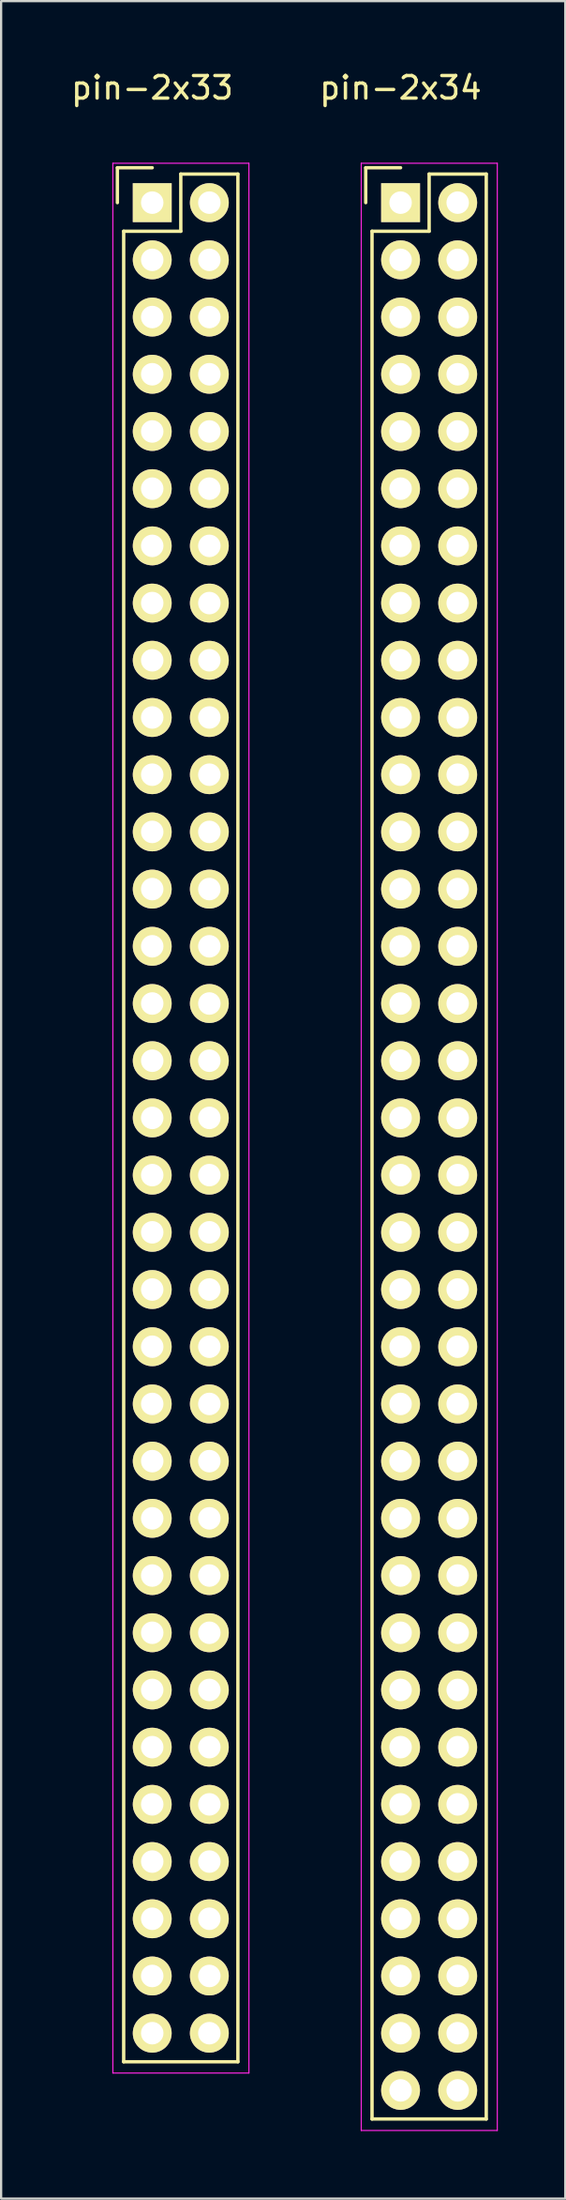
<source format=kicad_pcb>
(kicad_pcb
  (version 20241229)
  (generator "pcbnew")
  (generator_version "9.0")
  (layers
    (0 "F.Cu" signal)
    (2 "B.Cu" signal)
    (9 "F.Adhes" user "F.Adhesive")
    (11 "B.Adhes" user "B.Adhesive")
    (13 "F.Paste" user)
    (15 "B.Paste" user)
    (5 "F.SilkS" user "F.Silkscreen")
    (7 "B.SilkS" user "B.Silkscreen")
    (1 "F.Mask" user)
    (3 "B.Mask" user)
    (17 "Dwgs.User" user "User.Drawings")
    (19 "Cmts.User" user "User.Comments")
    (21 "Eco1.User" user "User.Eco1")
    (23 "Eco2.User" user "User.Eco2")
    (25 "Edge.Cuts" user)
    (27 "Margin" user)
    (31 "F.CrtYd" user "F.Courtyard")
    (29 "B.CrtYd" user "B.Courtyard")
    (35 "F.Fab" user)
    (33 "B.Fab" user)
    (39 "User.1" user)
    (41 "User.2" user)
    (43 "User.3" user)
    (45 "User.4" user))
  (footprint "pin-2x34"
    (layer "F.Cu")
    (at 14.765 5.948)
    (property "Reference" "pin-2x34" (at 0 -5.1 0) (layer "F.SilkS") (effects (font (size 1 1) (thickness 0.15))))
    (attr through_hole)
    (fp_line (start -1.55 -1.55) (end -1.55 0) (stroke (width 0.15) (type solid)) (layer "F.SilkS"))
    (fp_line (start -1.27 1.27) (end -1.27 85.09) (stroke (width 0.15) (type solid)) (layer "F.SilkS"))
    (fp_line (start 0 -1.55) (end -1.55 -1.55) (stroke (width 0.15) (type solid)) (layer "F.SilkS"))
    (fp_line (start 1.27 -1.27) (end 1.27 1.27) (stroke (width 0.15) (type solid)) (layer "F.SilkS"))
    (fp_line (start 1.27 1.27) (end -1.27 1.27) (stroke (width 0.15) (type solid)) (layer "F.SilkS"))
    (fp_line (start 3.81 -1.27) (end 1.27 -1.27) (stroke (width 0.15) (type solid)) (layer "F.SilkS"))
    (fp_line (start 3.81 85.09) (end -1.27 85.09) (stroke (width 0.15) (type solid)) (layer "F.SilkS"))
    (fp_line (start 3.81 85.09) (end 3.81 -1.27) (stroke (width 0.15) (type solid)) (layer "F.SilkS"))
    (fp_line (start -1.75 -1.75) (end -1.75 85.6) (stroke (width 0.05) (type solid)) (layer "F.CrtYd"))
    (fp_line (start -1.75 -1.75) (end 4.3 -1.75) (stroke (width 0.05) (type solid)) (layer "F.CrtYd"))
    (fp_line (start -1.75 85.6) (end 4.3 85.6) (stroke (width 0.05) (type solid)) (layer "F.CrtYd"))
    (fp_line (start 4.3 -1.75) (end 4.3 85.6) (stroke (width 0.05) (type solid)) (layer "F.CrtYd"))
    (pad "1" thru_hole rect (at 0 0) (size 1.727 1.727) (drill 1) (layers "*.Cu" "*.Mask" "F.SilkS"))
    (pad "2" thru_hole oval (at 2.54 0) (size 1.727 1.727) (drill 1) (layers "*.Cu" "*.Mask" "F.SilkS"))
    (pad "3" thru_hole oval (at 0 2.54) (size 1.727 1.727) (drill 1) (layers "*.Cu" "*.Mask" "F.SilkS"))
    (pad "4" thru_hole oval (at 2.54 2.54) (size 1.727 1.727) (drill 1) (layers "*.Cu" "*.Mask" "F.SilkS"))
    (pad "5" thru_hole oval (at 0 5.08) (size 1.727 1.727) (drill 1) (layers "*.Cu" "*.Mask" "F.SilkS"))
    (pad "6" thru_hole oval (at 2.54 5.08) (size 1.727 1.727) (drill 1) (layers "*.Cu" "*.Mask" "F.SilkS"))
    (pad "7" thru_hole oval (at 0 7.62) (size 1.727 1.727) (drill 1) (layers "*.Cu" "*.Mask" "F.SilkS"))
    (pad "8" thru_hole oval (at 2.54 7.62) (size 1.727 1.727) (drill 1) (layers "*.Cu" "*.Mask" "F.SilkS"))
    (pad "9" thru_hole oval (at 0 10.16) (size 1.727 1.727) (drill 1) (layers "*.Cu" "*.Mask" "F.SilkS"))
    (pad "10" thru_hole oval (at 2.54 10.16) (size 1.727 1.727) (drill 1) (layers "*.Cu" "*.Mask" "F.SilkS"))
    (pad "11" thru_hole oval (at 0 12.7) (size 1.727 1.727) (drill 1) (layers "*.Cu" "*.Mask" "F.SilkS"))
    (pad "12" thru_hole oval (at 2.54 12.7) (size 1.727 1.727) (drill 1) (layers "*.Cu" "*.Mask" "F.SilkS"))
    (pad "13" thru_hole oval (at 0 15.24) (size 1.727 1.727) (drill 1) (layers "*.Cu" "*.Mask" "F.SilkS"))
    (pad "14" thru_hole oval (at 2.54 15.24) (size 1.727 1.727) (drill 1) (layers "*.Cu" "*.Mask" "F.SilkS"))
    (pad "15" thru_hole oval (at 0 17.78) (size 1.727 1.727) (drill 1) (layers "*.Cu" "*.Mask" "F.SilkS"))
    (pad "16" thru_hole oval (at 2.54 17.78) (size 1.727 1.727) (drill 1) (layers "*.Cu" "*.Mask" "F.SilkS"))
    (pad "17" thru_hole oval (at 0 20.32) (size 1.727 1.727) (drill 1) (layers "*.Cu" "*.Mask" "F.SilkS"))
    (pad "18" thru_hole oval (at 2.54 20.32) (size 1.727 1.727) (drill 1) (layers "*.Cu" "*.Mask" "F.SilkS"))
    (pad "19" thru_hole oval (at 0 22.86) (size 1.727 1.727) (drill 1) (layers "*.Cu" "*.Mask" "F.SilkS"))
    (pad "20" thru_hole oval (at 2.54 22.86) (size 1.727 1.727) (drill 1) (layers "*.Cu" "*.Mask" "F.SilkS"))
    (pad "21" thru_hole oval (at 0 25.4) (size 1.727 1.727) (drill 1) (layers "*.Cu" "*.Mask" "F.SilkS"))
    (pad "22" thru_hole oval (at 2.54 25.4) (size 1.727 1.727) (drill 1) (layers "*.Cu" "*.Mask" "F.SilkS"))
    (pad "23" thru_hole oval (at 0 27.94) (size 1.727 1.727) (drill 1) (layers "*.Cu" "*.Mask" "F.SilkS"))
    (pad "24" thru_hole oval (at 2.54 27.94) (size 1.727 1.727) (drill 1) (layers "*.Cu" "*.Mask" "F.SilkS"))
    (pad "25" thru_hole oval (at 0 30.48) (size 1.727 1.727) (drill 1) (layers "*.Cu" "*.Mask" "F.SilkS"))
    (pad "26" thru_hole oval (at 2.54 30.48) (size 1.727 1.727) (drill 1) (layers "*.Cu" "*.Mask" "F.SilkS"))
    (pad "27" thru_hole oval (at 0 33.02) (size 1.727 1.727) (drill 1) (layers "*.Cu" "*.Mask" "F.SilkS"))
    (pad "28" thru_hole oval (at 2.54 33.02) (size 1.727 1.727) (drill 1) (layers "*.Cu" "*.Mask" "F.SilkS"))
    (pad "29" thru_hole oval (at 0 35.56) (size 1.727 1.727) (drill 1) (layers "*.Cu" "*.Mask" "F.SilkS"))
    (pad "30" thru_hole oval (at 2.54 35.56) (size 1.727 1.727) (drill 1) (layers "*.Cu" "*.Mask" "F.SilkS"))
    (pad "31" thru_hole oval (at 0 38.1) (size 1.727 1.727) (drill 1) (layers "*.Cu" "*.Mask" "F.SilkS"))
    (pad "32" thru_hole oval (at 2.54 38.1) (size 1.727 1.727) (drill 1) (layers "*.Cu" "*.Mask" "F.SilkS"))
    (pad "33" thru_hole oval (at 0 40.64) (size 1.727 1.727) (drill 1) (layers "*.Cu" "*.Mask" "F.SilkS"))
    (pad "34" thru_hole oval (at 2.54 40.64) (size 1.727 1.727) (drill 1) (layers "*.Cu" "*.Mask" "F.SilkS"))
    (pad "35" thru_hole oval (at 0 43.18) (size 1.727 1.727) (drill 1) (layers "*.Cu" "*.Mask" "F.SilkS"))
    (pad "36" thru_hole oval (at 2.54 43.18) (size 1.727 1.727) (drill 1) (layers "*.Cu" "*.Mask" "F.SilkS"))
    (pad "37" thru_hole oval (at 0 45.72) (size 1.727 1.727) (drill 1) (layers "*.Cu" "*.Mask" "F.SilkS"))
    (pad "38" thru_hole oval (at 2.54 45.72) (size 1.727 1.727) (drill 1) (layers "*.Cu" "*.Mask" "F.SilkS"))
    (pad "39" thru_hole oval (at 0 48.26) (size 1.727 1.727) (drill 1) (layers "*.Cu" "*.Mask" "F.SilkS"))
    (pad "40" thru_hole oval (at 2.54 48.26) (size 1.727 1.727) (drill 1) (layers "*.Cu" "*.Mask" "F.SilkS"))
    (pad "41" thru_hole oval (at 0 50.8) (size 1.727 1.727) (drill 1) (layers "*.Cu" "*.Mask" "F.SilkS"))
    (pad "42" thru_hole oval (at 2.54 50.8) (size 1.727 1.727) (drill 1) (layers "*.Cu" "*.Mask" "F.SilkS"))
    (pad "43" thru_hole oval (at 0 53.34) (size 1.727 1.727) (drill 1) (layers "*.Cu" "*.Mask" "F.SilkS"))
    (pad "44" thru_hole oval (at 2.54 53.34) (size 1.727 1.727) (drill 1) (layers "*.Cu" "*.Mask" "F.SilkS"))
    (pad "45" thru_hole oval (at 0 55.88) (size 1.727 1.727) (drill 1) (layers "*.Cu" "*.Mask" "F.SilkS"))
    (pad "46" thru_hole oval (at 2.54 55.88) (size 1.727 1.727) (drill 1) (layers "*.Cu" "*.Mask" "F.SilkS"))
    (pad "47" thru_hole oval (at 0 58.42) (size 1.727 1.727) (drill 1) (layers "*.Cu" "*.Mask" "F.SilkS"))
    (pad "48" thru_hole oval (at 2.54 58.42) (size 1.727 1.727) (drill 1) (layers "*.Cu" "*.Mask" "F.SilkS"))
    (pad "49" thru_hole oval (at 0 60.96) (size 1.727 1.727) (drill 1) (layers "*.Cu" "*.Mask" "F.SilkS"))
    (pad "50" thru_hole oval (at 2.54 60.96) (size 1.727 1.727) (drill 1) (layers "*.Cu" "*.Mask" "F.SilkS"))
    (pad "51" thru_hole oval (at 0 63.5) (size 1.727 1.727) (drill 1) (layers "*.Cu" "*.Mask" "F.SilkS"))
    (pad "52" thru_hole oval (at 2.54 63.5) (size 1.727 1.727) (drill 1) (layers "*.Cu" "*.Mask" "F.SilkS"))
    (pad "53" thru_hole oval (at 0 66.04) (size 1.727 1.727) (drill 1) (layers "*.Cu" "*.Mask" "F.SilkS"))
    (pad "54" thru_hole oval (at 2.54 66.04) (size 1.727 1.727) (drill 1) (layers "*.Cu" "*.Mask" "F.SilkS"))
    (pad "55" thru_hole oval (at 0 68.58) (size 1.727 1.727) (drill 1) (layers "*.Cu" "*.Mask" "F.SilkS"))
    (pad "56" thru_hole oval (at 2.54 68.58) (size 1.727 1.727) (drill 1) (layers "*.Cu" "*.Mask" "F.SilkS"))
    (pad "57" thru_hole oval (at 0 71.12) (size 1.727 1.727) (drill 1) (layers "*.Cu" "*.Mask" "F.SilkS"))
    (pad "58" thru_hole oval (at 2.54 71.12) (size 1.727 1.727) (drill 1) (layers "*.Cu" "*.Mask" "F.SilkS"))
    (pad "59" thru_hole oval (at 0 73.66) (size 1.727 1.727) (drill 1) (layers "*.Cu" "*.Mask" "F.SilkS"))
    (pad "60" thru_hole oval (at 2.54 73.66) (size 1.727 1.727) (drill 1) (layers "*.Cu" "*.Mask" "F.SilkS"))
    (pad "61" thru_hole oval (at 0 76.2) (size 1.727 1.727) (drill 1) (layers "*.Cu" "*.Mask" "F.SilkS"))
    (pad "62" thru_hole oval (at 2.54 76.2) (size 1.727 1.727) (drill 1) (layers "*.Cu" "*.Mask" "F.SilkS"))
    (pad "63" thru_hole oval (at 0 78.74) (size 1.727 1.727) (drill 1) (layers "*.Cu" "*.Mask" "F.SilkS"))
    (pad "64" thru_hole oval (at 2.54 78.74) (size 1.727 1.727) (drill 1) (layers "*.Cu" "*.Mask" "F.SilkS"))
    (pad "65" thru_hole oval (at 0 81.28) (size 1.727 1.727) (drill 1) (layers "*.Cu" "*.Mask" "F.SilkS"))
    (pad "66" thru_hole oval (at 2.54 81.28) (size 1.727 1.727) (drill 1) (layers "*.Cu" "*.Mask" "F.SilkS"))
    (pad "67" thru_hole oval (at 0 83.82) (size 1.727 1.727) (drill 1) (layers "*.Cu" "*.Mask" "F.SilkS"))
    (pad "68" thru_hole oval (at 2.54 83.82) (size 1.727 1.727) (drill 1) (layers "*.Cu" "*.Mask" "F.SilkS")))
  (footprint "pin-2x33"
    (layer "F.Cu")
    (at 3.72 5.948)
    (property "Reference" "pin-2x33" (at 0 -5.1 0) (layer "F.SilkS") (effects (font (size 1 1) (thickness 0.15))))
    (attr through_hole)
    (fp_line (start -1.55 -1.55) (end -1.55 0) (stroke (width 0.15) (type solid)) (layer "F.SilkS"))
    (fp_line (start -1.27 1.27) (end -1.27 82.55) (stroke (width 0.15) (type solid)) (layer "F.SilkS"))
    (fp_line (start 0 -1.55) (end -1.55 -1.55) (stroke (width 0.15) (type solid)) (layer "F.SilkS"))
    (fp_line (start 1.27 -1.27) (end 1.27 1.27) (stroke (width 0.15) (type solid)) (layer "F.SilkS"))
    (fp_line (start 1.27 1.27) (end -1.27 1.27) (stroke (width 0.15) (type solid)) (layer "F.SilkS"))
    (fp_line (start 3.81 -1.27) (end 1.27 -1.27) (stroke (width 0.15) (type solid)) (layer "F.SilkS"))
    (fp_line (start 3.81 82.55) (end -1.27 82.55) (stroke (width 0.15) (type solid)) (layer "F.SilkS"))
    (fp_line (start 3.81 82.55) (end 3.81 -1.27) (stroke (width 0.15) (type solid)) (layer "F.SilkS"))
    (fp_line (start -1.75 -1.75) (end -1.75 83.05) (stroke (width 0.05) (type solid)) (layer "F.CrtYd"))
    (fp_line (start -1.75 -1.75) (end 4.3 -1.75) (stroke (width 0.05) (type solid)) (layer "F.CrtYd"))
    (fp_line (start -1.75 83.05) (end 4.3 83.05) (stroke (width 0.05) (type solid)) (layer "F.CrtYd"))
    (fp_line (start 4.3 -1.75) (end 4.3 83.05) (stroke (width 0.05) (type solid)) (layer "F.CrtYd"))
    (pad "1" thru_hole rect (at 0 0) (size 1.727 1.727) (drill 1) (layers "*.Cu" "*.Mask" "F.SilkS"))
    (pad "2" thru_hole oval (at 2.54 0) (size 1.727 1.727) (drill 1) (layers "*.Cu" "*.Mask" "F.SilkS"))
    (pad "3" thru_hole oval (at 0 2.54) (size 1.727 1.727) (drill 1) (layers "*.Cu" "*.Mask" "F.SilkS"))
    (pad "4" thru_hole oval (at 2.54 2.54) (size 1.727 1.727) (drill 1) (layers "*.Cu" "*.Mask" "F.SilkS"))
    (pad "5" thru_hole oval (at 0 5.08) (size 1.727 1.727) (drill 1) (layers "*.Cu" "*.Mask" "F.SilkS"))
    (pad "6" thru_hole oval (at 2.54 5.08) (size 1.727 1.727) (drill 1) (layers "*.Cu" "*.Mask" "F.SilkS"))
    (pad "7" thru_hole oval (at 0 7.62) (size 1.727 1.727) (drill 1) (layers "*.Cu" "*.Mask" "F.SilkS"))
    (pad "8" thru_hole oval (at 2.54 7.62) (size 1.727 1.727) (drill 1) (layers "*.Cu" "*.Mask" "F.SilkS"))
    (pad "9" thru_hole oval (at 0 10.16) (size 1.727 1.727) (drill 1) (layers "*.Cu" "*.Mask" "F.SilkS"))
    (pad "10" thru_hole oval (at 2.54 10.16) (size 1.727 1.727) (drill 1) (layers "*.Cu" "*.Mask" "F.SilkS"))
    (pad "11" thru_hole oval (at 0 12.7) (size 1.727 1.727) (drill 1) (layers "*.Cu" "*.Mask" "F.SilkS"))
    (pad "12" thru_hole oval (at 2.54 12.7) (size 1.727 1.727) (drill 1) (layers "*.Cu" "*.Mask" "F.SilkS"))
    (pad "13" thru_hole oval (at 0 15.24) (size 1.727 1.727) (drill 1) (layers "*.Cu" "*.Mask" "F.SilkS"))
    (pad "14" thru_hole oval (at 2.54 15.24) (size 1.727 1.727) (drill 1) (layers "*.Cu" "*.Mask" "F.SilkS"))
    (pad "15" thru_hole oval (at 0 17.78) (size 1.727 1.727) (drill 1) (layers "*.Cu" "*.Mask" "F.SilkS"))
    (pad "16" thru_hole oval (at 2.54 17.78) (size 1.727 1.727) (drill 1) (layers "*.Cu" "*.Mask" "F.SilkS"))
    (pad "17" thru_hole oval (at 0 20.32) (size 1.727 1.727) (drill 1) (layers "*.Cu" "*.Mask" "F.SilkS"))
    (pad "18" thru_hole oval (at 2.54 20.32) (size 1.727 1.727) (drill 1) (layers "*.Cu" "*.Mask" "F.SilkS"))
    (pad "19" thru_hole oval (at 0 22.86) (size 1.727 1.727) (drill 1) (layers "*.Cu" "*.Mask" "F.SilkS"))
    (pad "20" thru_hole oval (at 2.54 22.86) (size 1.727 1.727) (drill 1) (layers "*.Cu" "*.Mask" "F.SilkS"))
    (pad "21" thru_hole oval (at 0 25.4) (size 1.727 1.727) (drill 1) (layers "*.Cu" "*.Mask" "F.SilkS"))
    (pad "22" thru_hole oval (at 2.54 25.4) (size 1.727 1.727) (drill 1) (layers "*.Cu" "*.Mask" "F.SilkS"))
    (pad "23" thru_hole oval (at 0 27.94) (size 1.727 1.727) (drill 1) (layers "*.Cu" "*.Mask" "F.SilkS"))
    (pad "24" thru_hole oval (at 2.54 27.94) (size 1.727 1.727) (drill 1) (layers "*.Cu" "*.Mask" "F.SilkS"))
    (pad "25" thru_hole oval (at 0 30.48) (size 1.727 1.727) (drill 1) (layers "*.Cu" "*.Mask" "F.SilkS"))
    (pad "26" thru_hole oval (at 2.54 30.48) (size 1.727 1.727) (drill 1) (layers "*.Cu" "*.Mask" "F.SilkS"))
    (pad "27" thru_hole oval (at 0 33.02) (size 1.727 1.727) (drill 1) (layers "*.Cu" "*.Mask" "F.SilkS"))
    (pad "28" thru_hole oval (at 2.54 33.02) (size 1.727 1.727) (drill 1) (layers "*.Cu" "*.Mask" "F.SilkS"))
    (pad "29" thru_hole oval (at 0 35.56) (size 1.727 1.727) (drill 1) (layers "*.Cu" "*.Mask" "F.SilkS"))
    (pad "30" thru_hole oval (at 2.54 35.56) (size 1.727 1.727) (drill 1) (layers "*.Cu" "*.Mask" "F.SilkS"))
    (pad "31" thru_hole oval (at 0 38.1) (size 1.727 1.727) (drill 1) (layers "*.Cu" "*.Mask" "F.SilkS"))
    (pad "32" thru_hole oval (at 2.54 38.1) (size 1.727 1.727) (drill 1) (layers "*.Cu" "*.Mask" "F.SilkS"))
    (pad "33" thru_hole oval (at 0 40.64) (size 1.727 1.727) (drill 1) (layers "*.Cu" "*.Mask" "F.SilkS"))
    (pad "34" thru_hole oval (at 2.54 40.64) (size 1.727 1.727) (drill 1) (layers "*.Cu" "*.Mask" "F.SilkS"))
    (pad "35" thru_hole oval (at 0 43.18) (size 1.727 1.727) (drill 1) (layers "*.Cu" "*.Mask" "F.SilkS"))
    (pad "36" thru_hole oval (at 2.54 43.18) (size 1.727 1.727) (drill 1) (layers "*.Cu" "*.Mask" "F.SilkS"))
    (pad "37" thru_hole oval (at 0 45.72) (size 1.727 1.727) (drill 1) (layers "*.Cu" "*.Mask" "F.SilkS"))
    (pad "38" thru_hole oval (at 2.54 45.72) (size 1.727 1.727) (drill 1) (layers "*.Cu" "*.Mask" "F.SilkS"))
    (pad "39" thru_hole oval (at 0 48.26) (size 1.727 1.727) (drill 1) (layers "*.Cu" "*.Mask" "F.SilkS"))
    (pad "40" thru_hole oval (at 2.54 48.26) (size 1.727 1.727) (drill 1) (layers "*.Cu" "*.Mask" "F.SilkS"))
    (pad "41" thru_hole oval (at 0 50.8) (size 1.727 1.727) (drill 1) (layers "*.Cu" "*.Mask" "F.SilkS"))
    (pad "42" thru_hole oval (at 2.54 50.8) (size 1.727 1.727) (drill 1) (layers "*.Cu" "*.Mask" "F.SilkS"))
    (pad "43" thru_hole oval (at 0 53.34) (size 1.727 1.727) (drill 1) (layers "*.Cu" "*.Mask" "F.SilkS"))
    (pad "44" thru_hole oval (at 2.54 53.34) (size 1.727 1.727) (drill 1) (layers "*.Cu" "*.Mask" "F.SilkS"))
    (pad "45" thru_hole oval (at 0 55.88) (size 1.727 1.727) (drill 1) (layers "*.Cu" "*.Mask" "F.SilkS"))
    (pad "46" thru_hole oval (at 2.54 55.88) (size 1.727 1.727) (drill 1) (layers "*.Cu" "*.Mask" "F.SilkS"))
    (pad "47" thru_hole oval (at 0 58.42) (size 1.727 1.727) (drill 1) (layers "*.Cu" "*.Mask" "F.SilkS"))
    (pad "48" thru_hole oval (at 2.54 58.42) (size 1.727 1.727) (drill 1) (layers "*.Cu" "*.Mask" "F.SilkS"))
    (pad "49" thru_hole oval (at 0 60.96) (size 1.727 1.727) (drill 1) (layers "*.Cu" "*.Mask" "F.SilkS"))
    (pad "50" thru_hole oval (at 2.54 60.96) (size 1.727 1.727) (drill 1) (layers "*.Cu" "*.Mask" "F.SilkS"))
    (pad "51" thru_hole oval (at 0 63.5) (size 1.727 1.727) (drill 1) (layers "*.Cu" "*.Mask" "F.SilkS"))
    (pad "52" thru_hole oval (at 2.54 63.5) (size 1.727 1.727) (drill 1) (layers "*.Cu" "*.Mask" "F.SilkS"))
    (pad "53" thru_hole oval (at 0 66.04) (size 1.727 1.727) (drill 1) (layers "*.Cu" "*.Mask" "F.SilkS"))
    (pad "54" thru_hole oval (at 2.54 66.04) (size 1.727 1.727) (drill 1) (layers "*.Cu" "*.Mask" "F.SilkS"))
    (pad "55" thru_hole oval (at 0 68.58) (size 1.727 1.727) (drill 1) (layers "*.Cu" "*.Mask" "F.SilkS"))
    (pad "56" thru_hole oval (at 2.54 68.58) (size 1.727 1.727) (drill 1) (layers "*.Cu" "*.Mask" "F.SilkS"))
    (pad "57" thru_hole oval (at 0 71.12) (size 1.727 1.727) (drill 1) (layers "*.Cu" "*.Mask" "F.SilkS"))
    (pad "58" thru_hole oval (at 2.54 71.12) (size 1.727 1.727) (drill 1) (layers "*.Cu" "*.Mask" "F.SilkS"))
    (pad "59" thru_hole oval (at 0 73.66) (size 1.727 1.727) (drill 1) (layers "*.Cu" "*.Mask" "F.SilkS"))
    (pad "60" thru_hole oval (at 2.54 73.66) (size 1.727 1.727) (drill 1) (layers "*.Cu" "*.Mask" "F.SilkS"))
    (pad "61" thru_hole oval (at 0 76.2) (size 1.727 1.727) (drill 1) (layers "*.Cu" "*.Mask" "F.SilkS"))
    (pad "62" thru_hole oval (at 2.54 76.2) (size 1.727 1.727) (drill 1) (layers "*.Cu" "*.Mask" "F.SilkS"))
    (pad "63" thru_hole oval (at 0 78.74) (size 1.727 1.727) (drill 1) (layers "*.Cu" "*.Mask" "F.SilkS"))
    (pad "64" thru_hole oval (at 2.54 78.74) (size 1.727 1.727) (drill 1) (layers "*.Cu" "*.Mask" "F.SilkS"))
    (pad "65" thru_hole oval (at 0 81.28) (size 1.727 1.727) (drill 1) (layers "*.Cu" "*.Mask" "F.SilkS"))
    (pad "66" thru_hole oval (at 2.54 81.28) (size 1.727 1.727) (drill 1) (layers "*.Cu" "*.Mask" "F.SilkS")))
  (gr_rect
    (start -3 -3)
    (end 22.09 94.573)
    (stroke (width 0.1) (type default))
    (fill no)
    (layer "Edge.Cuts")))
</source>
